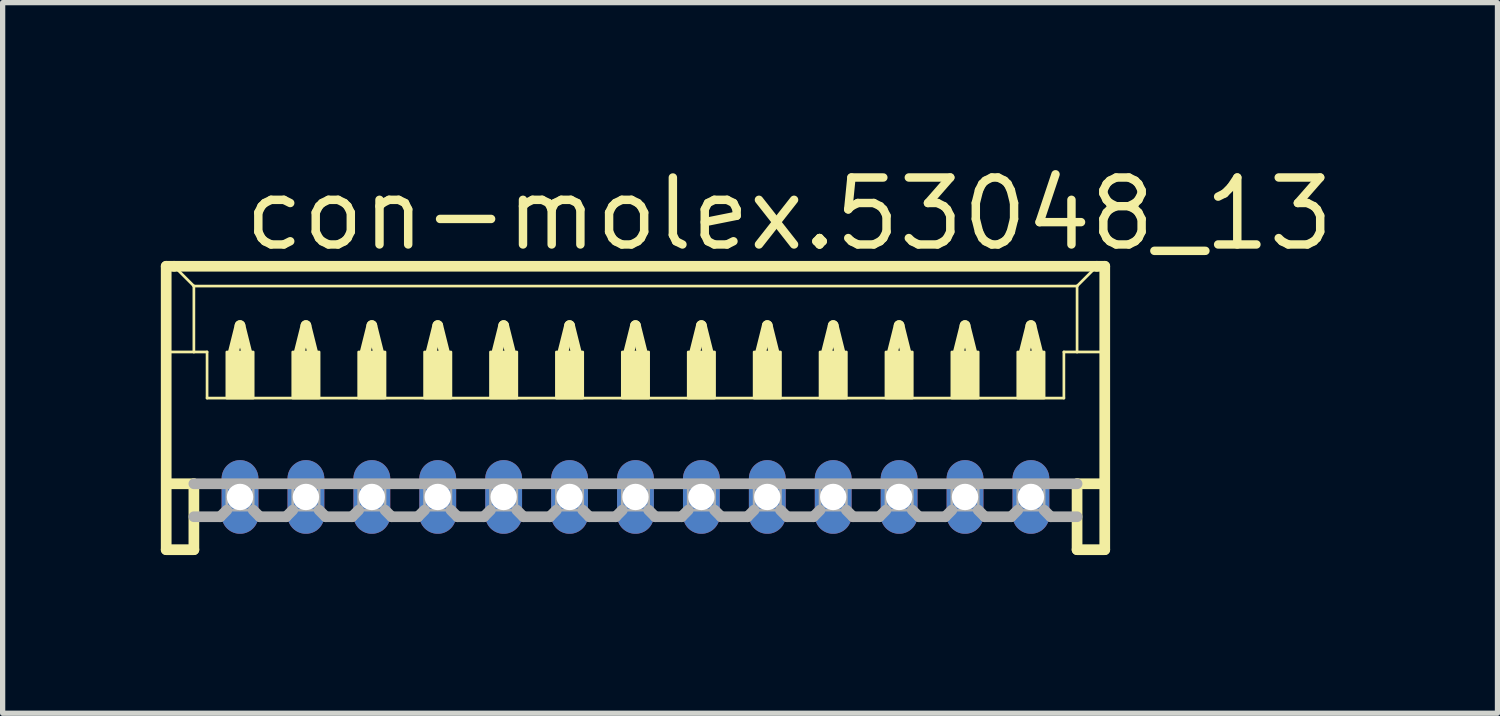
<source format=kicad_pcb>
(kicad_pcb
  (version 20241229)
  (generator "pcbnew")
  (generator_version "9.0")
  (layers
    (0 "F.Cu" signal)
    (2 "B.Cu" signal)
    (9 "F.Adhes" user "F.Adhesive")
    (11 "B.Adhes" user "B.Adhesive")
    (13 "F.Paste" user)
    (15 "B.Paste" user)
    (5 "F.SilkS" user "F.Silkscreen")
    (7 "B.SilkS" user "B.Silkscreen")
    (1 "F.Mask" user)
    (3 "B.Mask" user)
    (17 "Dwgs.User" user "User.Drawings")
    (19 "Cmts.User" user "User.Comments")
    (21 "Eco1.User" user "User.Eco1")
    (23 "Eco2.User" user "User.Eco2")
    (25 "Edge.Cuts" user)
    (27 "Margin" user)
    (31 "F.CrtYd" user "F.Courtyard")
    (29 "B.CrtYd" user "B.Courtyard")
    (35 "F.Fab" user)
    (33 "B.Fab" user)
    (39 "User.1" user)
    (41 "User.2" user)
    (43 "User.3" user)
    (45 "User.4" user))
  (footprint "con-molex.53048_13"
    (layer "F.Cu")
    (at 9.002 5.125)
    (property "Reference" "con-molex.53048_13" (at -7.5 -3.375 0) (layer "F.SilkS") (effects (font (size 1.27 1.27) (thickness 0.16)) (justify left bottom)))
    (attr through_hole)
    (fp_line (start -8.9 -3.125) (end -8.9 2.25) (stroke (width 0.203) (type default)) (layer "F.SilkS"))
    (fp_line (start -8.9 2.25) (end -8.375 2.25) (stroke (width 0.203) (type default)) (layer "F.SilkS"))
    (fp_line (start -8.875 -1.5) (end -8.375 -1.5) (stroke (width 0.051) (type default)) (layer "F.SilkS"))
    (fp_line (start -8.875 1) (end -8.375 1) (stroke (width 0.203) (type default)) (layer "F.SilkS"))
    (fp_line (start -8.75 -3.125) (end -8.9 -3.125) (stroke (width 0.203) (type default)) (layer "F.SilkS"))
    (fp_line (start -8.375 -2.75) (end -8.75 -3.125) (stroke (width 0.051) (type default)) (layer "F.SilkS"))
    (fp_line (start -8.375 -2.75) (end 8.375 -2.75) (stroke (width 0.051) (type default)) (layer "F.SilkS"))
    (fp_line (start -8.375 -1.5) (end -8.375 -2.75) (stroke (width 0.051) (type default)) (layer "F.SilkS"))
    (fp_line (start -8.375 -1.5) (end -8.125 -1.5) (stroke (width 0.051) (type default)) (layer "F.SilkS"))
    (fp_line (start -8.375 1) (end -8.375 2.25) (stroke (width 0.203) (type default)) (layer "F.SilkS"))
    (fp_line (start -8.125 -1.5) (end -8.125 -0.625) (stroke (width 0.051) (type default)) (layer "F.SilkS"))
    (fp_line (start -8.125 -0.625) (end 8.125 -0.625) (stroke (width 0.051) (type default)) (layer "F.SilkS"))
    (fp_line (start -7.625 -1.5) (end -7.5 -2) (stroke (width 0.203) (type default)) (layer "F.SilkS"))
    (fp_line (start -7.5 -2) (end -7.375 -1.5) (stroke (width 0.203) (type default)) (layer "F.SilkS"))
    (fp_line (start -6.375 -1.5) (end -6.25 -2) (stroke (width 0.203) (type default)) (layer "F.SilkS"))
    (fp_line (start -6.25 -2) (end -6.125 -1.5) (stroke (width 0.203) (type default)) (layer "F.SilkS"))
    (fp_line (start -5.125 -1.5) (end -5 -2) (stroke (width 0.203) (type default)) (layer "F.SilkS"))
    (fp_line (start -5 -2) (end -4.875 -1.5) (stroke (width 0.203) (type default)) (layer "F.SilkS"))
    (fp_line (start -3.875 -1.5) (end -3.75 -2) (stroke (width 0.203) (type default)) (layer "F.SilkS"))
    (fp_line (start -3.75 -2) (end -3.625 -1.5) (stroke (width 0.203) (type default)) (layer "F.SilkS"))
    (fp_line (start -2.625 -1.5) (end -2.5 -2) (stroke (width 0.203) (type default)) (layer "F.SilkS"))
    (fp_line (start -2.5 -2) (end -2.375 -1.5) (stroke (width 0.203) (type default)) (layer "F.SilkS"))
    (fp_line (start -1.375 -1.5) (end -1.25 -2) (stroke (width 0.203) (type default)) (layer "F.SilkS"))
    (fp_line (start -1.25 -2) (end -1.125 -1.5) (stroke (width 0.203) (type default)) (layer "F.SilkS"))
    (fp_line (start -0.125 -1.5) (end 0 -2) (stroke (width 0.203) (type default)) (layer "F.SilkS"))
    (fp_line (start 0 -2) (end 0.125 -1.5) (stroke (width 0.203) (type default)) (layer "F.SilkS"))
    (fp_line (start 1.125 -1.5) (end 1.25 -2) (stroke (width 0.203) (type default)) (layer "F.SilkS"))
    (fp_line (start 1.25 -2) (end 1.375 -1.5) (stroke (width 0.203) (type default)) (layer "F.SilkS"))
    (fp_line (start 2.375 -1.5) (end 2.5 -2) (stroke (width 0.203) (type default)) (layer "F.SilkS"))
    (fp_line (start 2.5 -2) (end 2.625 -1.5) (stroke (width 0.203) (type default)) (layer "F.SilkS"))
    (fp_line (start 3.625 -1.5) (end 3.75 -2) (stroke (width 0.203) (type default)) (layer "F.SilkS"))
    (fp_line (start 3.75 -2) (end 3.875 -1.5) (stroke (width 0.203) (type default)) (layer "F.SilkS"))
    (fp_line (start 4.875 -1.5) (end 5 -2) (stroke (width 0.203) (type default)) (layer "F.SilkS"))
    (fp_line (start 5 -2) (end 5.125 -1.5) (stroke (width 0.203) (type default)) (layer "F.SilkS"))
    (fp_line (start 6.125 -1.5) (end 6.25 -2) (stroke (width 0.203) (type default)) (layer "F.SilkS"))
    (fp_line (start 6.25 -2) (end 6.375 -1.5) (stroke (width 0.203) (type default)) (layer "F.SilkS"))
    (fp_line (start 7.375 -1.5) (end 7.5 -2) (stroke (width 0.203) (type default)) (layer "F.SilkS"))
    (fp_line (start 7.5 -2) (end 7.625 -1.5) (stroke (width 0.203) (type default)) (layer "F.SilkS"))
    (fp_line (start 8.125 -1.5) (end 8.125 -0.625) (stroke (width 0.051) (type default)) (layer "F.SilkS"))
    (fp_line (start 8.125 -1.5) (end 8.375 -1.5) (stroke (width 0.051) (type default)) (layer "F.SilkS"))
    (fp_line (start 8.375 -2.75) (end 8.375 -1.5) (stroke (width 0.051) (type default)) (layer "F.SilkS"))
    (fp_line (start 8.375 -2.75) (end 8.75 -3.125) (stroke (width 0.051) (type default)) (layer "F.SilkS"))
    (fp_line (start 8.375 -1.5) (end 8.875 -1.5) (stroke (width 0.051) (type default)) (layer "F.SilkS"))
    (fp_line (start 8.375 1) (end 8.375 2.25) (stroke (width 0.203) (type default)) (layer "F.SilkS"))
    (fp_line (start 8.375 1) (end 8.875 1) (stroke (width 0.203) (type default)) (layer "F.SilkS"))
    (fp_line (start 8.375 2.25) (end 8.9 2.25) (stroke (width 0.203) (type default)) (layer "F.SilkS"))
    (fp_line (start 8.75 -3.125) (end -8.75 -3.125) (stroke (width 0.203) (type default)) (layer "F.SilkS"))
    (fp_line (start 8.9 -3.125) (end 8.75 -3.125) (stroke (width 0.203) (type default)) (layer "F.SilkS"))
    (fp_line (start 8.9 2.25) (end 8.9 -3.125) (stroke (width 0.203) (type default)) (layer "F.SilkS"))
    (fp_rect (start -7.75 -0.625) (end -7.25 -1.5) (stroke (width 0.05) (type default)) (fill yes) (layer "F.SilkS"))
    (fp_rect (start -6.5 -0.625) (end -6 -1.5) (stroke (width 0.05) (type default)) (fill yes) (layer "F.SilkS"))
    (fp_rect (start -5.25 -0.625) (end -4.75 -1.5) (stroke (width 0.05) (type default)) (fill yes) (layer "F.SilkS"))
    (fp_rect (start -4 -0.625) (end -3.5 -1.5) (stroke (width 0.05) (type default)) (fill yes) (layer "F.SilkS"))
    (fp_rect (start -2.75 -0.625) (end -2.25 -1.5) (stroke (width 0.05) (type default)) (fill yes) (layer "F.SilkS"))
    (fp_rect (start -1.5 -0.625) (end -1 -1.5) (stroke (width 0.05) (type default)) (fill yes) (layer "F.SilkS"))
    (fp_rect (start -0.25 -0.625) (end 0.25 -1.5) (stroke (width 0.05) (type default)) (fill yes) (layer "F.SilkS"))
    (fp_rect (start 1 -0.625) (end 1.5 -1.5) (stroke (width 0.05) (type default)) (fill yes) (layer "F.SilkS"))
    (fp_rect (start 2.25 -0.625) (end 2.75 -1.5) (stroke (width 0.05) (type default)) (fill yes) (layer "F.SilkS"))
    (fp_rect (start 3.5 -0.625) (end 4 -1.5) (stroke (width 0.05) (type default)) (fill yes) (layer "F.SilkS"))
    (fp_rect (start 4.75 -0.625) (end 5.25 -1.5) (stroke (width 0.05) (type default)) (fill yes) (layer "F.SilkS"))
    (fp_rect (start 6 -0.625) (end 6.5 -1.5) (stroke (width 0.05) (type default)) (fill yes) (layer "F.SilkS"))
    (fp_rect (start 7.25 -0.625) (end 7.75 -1.5) (stroke (width 0.05) (type default)) (fill yes) (layer "F.SilkS"))
    (fp_line (start -8.375 1) (end 8.375 1) (stroke (width 0.203) (type default)) (layer "F.Fab"))
    (fp_line (start -7.875 1.625) (end -8.375 1.625) (stroke (width 0.203) (type default)) (layer "F.Fab"))
    (fp_line (start -7.75 1.5) (end -7.875 1.625) (stroke (width 0.203) (type default)) (layer "F.Fab"))
    (fp_line (start -7.25 1.5) (end -7.125 1.625) (stroke (width 0.203) (type default)) (layer "F.Fab"))
    (fp_line (start -6.625 1.625) (end -7.125 1.625) (stroke (width 0.203) (type default)) (layer "F.Fab"))
    (fp_line (start -6.5 1.5) (end -6.625 1.625) (stroke (width 0.203) (type default)) (layer "F.Fab"))
    (fp_line (start -6 1.5) (end -5.875 1.625) (stroke (width 0.203) (type default)) (layer "F.Fab"))
    (fp_line (start -5.375 1.625) (end -5.875 1.625) (stroke (width 0.203) (type default)) (layer "F.Fab"))
    (fp_line (start -5.25 1.5) (end -5.375 1.625) (stroke (width 0.203) (type default)) (layer "F.Fab"))
    (fp_line (start -4.75 1.5) (end -4.625 1.625) (stroke (width 0.203) (type default)) (layer "F.Fab"))
    (fp_line (start -4.125 1.625) (end -4.625 1.625) (stroke (width 0.203) (type default)) (layer "F.Fab"))
    (fp_line (start -4 1.5) (end -4.125 1.625) (stroke (width 0.203) (type default)) (layer "F.Fab"))
    (fp_line (start -3.5 1.5) (end -3.375 1.625) (stroke (width 0.203) (type default)) (layer "F.Fab"))
    (fp_line (start -2.875 1.625) (end -3.375 1.625) (stroke (width 0.203) (type default)) (layer "F.Fab"))
    (fp_line (start -2.75 1.5) (end -2.875 1.625) (stroke (width 0.203) (type default)) (layer "F.Fab"))
    (fp_line (start -2.25 1.5) (end -2.125 1.625) (stroke (width 0.203) (type default)) (layer "F.Fab"))
    (fp_line (start -1.625 1.625) (end -2.125 1.625) (stroke (width 0.203) (type default)) (layer "F.Fab"))
    (fp_line (start -1.5 1.5) (end -1.625 1.625) (stroke (width 0.203) (type default)) (layer "F.Fab"))
    (fp_line (start -1 1.5) (end -0.875 1.625) (stroke (width 0.203) (type default)) (layer "F.Fab"))
    (fp_line (start -0.375 1.625) (end -0.875 1.625) (stroke (width 0.203) (type default)) (layer "F.Fab"))
    (fp_line (start -0.25 1.5) (end -0.375 1.625) (stroke (width 0.203) (type default)) (layer "F.Fab"))
    (fp_line (start 0.25 1.5) (end 0.375 1.625) (stroke (width 0.203) (type default)) (layer "F.Fab"))
    (fp_line (start 0.875 1.625) (end 0.375 1.625) (stroke (width 0.203) (type default)) (layer "F.Fab"))
    (fp_line (start 1 1.5) (end 0.875 1.625) (stroke (width 0.203) (type default)) (layer "F.Fab"))
    (fp_line (start 1.5 1.5) (end 1.625 1.625) (stroke (width 0.203) (type default)) (layer "F.Fab"))
    (fp_line (start 2.125 1.625) (end 1.625 1.625) (stroke (width 0.203) (type default)) (layer "F.Fab"))
    (fp_line (start 2.25 1.5) (end 2.125 1.625) (stroke (width 0.203) (type default)) (layer "F.Fab"))
    (fp_line (start 2.75 1.5) (end 2.875 1.625) (stroke (width 0.203) (type default)) (layer "F.Fab"))
    (fp_line (start 3.375 1.625) (end 2.875 1.625) (stroke (width 0.203) (type default)) (layer "F.Fab"))
    (fp_line (start 3.5 1.5) (end 3.375 1.625) (stroke (width 0.203) (type default)) (layer "F.Fab"))
    (fp_line (start 4 1.5) (end 4.125 1.625) (stroke (width 0.203) (type default)) (layer "F.Fab"))
    (fp_line (start 4.625 1.625) (end 4.125 1.625) (stroke (width 0.203) (type default)) (layer "F.Fab"))
    (fp_line (start 4.75 1.5) (end 4.625 1.625) (stroke (width 0.203) (type default)) (layer "F.Fab"))
    (fp_line (start 5.25 1.5) (end 5.375 1.625) (stroke (width 0.203) (type default)) (layer "F.Fab"))
    (fp_line (start 5.875 1.625) (end 5.375 1.625) (stroke (width 0.203) (type default)) (layer "F.Fab"))
    (fp_line (start 6 1.5) (end 5.875 1.625) (stroke (width 0.203) (type default)) (layer "F.Fab"))
    (fp_line (start 6.5 1.5) (end 6.625 1.625) (stroke (width 0.203) (type default)) (layer "F.Fab"))
    (fp_line (start 7.125 1.625) (end 6.625 1.625) (stroke (width 0.203) (type default)) (layer "F.Fab"))
    (fp_line (start 7.25 1.5) (end 7.125 1.625) (stroke (width 0.203) (type default)) (layer "F.Fab"))
    (fp_line (start 7.75 1.5) (end 7.875 1.625) (stroke (width 0.203) (type default)) (layer "F.Fab"))
    (fp_line (start 8.375 1.625) (end 7.875 1.625) (stroke (width 0.203) (type default)) (layer "F.Fab"))
    (fp_rect (start -7.75 1.5) (end -7.25 1) (stroke (width 0.05) (type default)) (fill no) (layer "F.Fab"))
    (fp_rect (start -6.5 1.5) (end -6 1) (stroke (width 0.05) (type default)) (fill no) (layer "F.Fab"))
    (fp_rect (start -5.25 1.5) (end -4.75 1) (stroke (width 0.05) (type default)) (fill no) (layer "F.Fab"))
    (fp_rect (start -4 1.5) (end -3.5 1) (stroke (width 0.05) (type default)) (fill no) (layer "F.Fab"))
    (fp_rect (start -2.75 1.5) (end -2.25 1) (stroke (width 0.05) (type default)) (fill no) (layer "F.Fab"))
    (fp_rect (start -1.5 1.5) (end -1 1) (stroke (width 0.05) (type default)) (fill no) (layer "F.Fab"))
    (fp_rect (start -0.25 1.5) (end 0.25 1) (stroke (width 0.05) (type default)) (fill no) (layer "F.Fab"))
    (fp_rect (start 1 1.5) (end 1.5 1) (stroke (width 0.05) (type default)) (fill no) (layer "F.Fab"))
    (fp_rect (start 2.25 1.5) (end 2.75 1) (stroke (width 0.05) (type default)) (fill no) (layer "F.Fab"))
    (fp_rect (start 3.5 1.5) (end 4 1) (stroke (width 0.05) (type default)) (fill no) (layer "F.Fab"))
    (fp_rect (start 4.75 1.5) (end 5.25 1) (stroke (width 0.05) (type default)) (fill no) (layer "F.Fab"))
    (fp_rect (start 6 1.5) (end 6.5 1) (stroke (width 0.05) (type default)) (fill no) (layer "F.Fab"))
    (fp_rect (start 7.25 1.5) (end 7.75 1) (stroke (width 0.05) (type default)) (fill no) (layer "F.Fab"))
    (pad "1" thru_hole oval (at 7.5 1.25 90) (size 1.397 0.698) (drill 0.5) (layers "*.Cu" "*.Mask"))
    (pad "2" thru_hole oval (at 6.25 1.25 90) (size 1.397 0.698) (drill 0.5) (layers "*.Cu" "*.Mask"))
    (pad "3" thru_hole oval (at 5 1.25 90) (size 1.397 0.698) (drill 0.5) (layers "*.Cu" "*.Mask"))
    (pad "4" thru_hole oval (at 3.75 1.25 90) (size 1.397 0.698) (drill 0.5) (layers "*.Cu" "*.Mask"))
    (pad "5" thru_hole oval (at 2.5 1.25 90) (size 1.397 0.698) (drill 0.5) (layers "*.Cu" "*.Mask"))
    (pad "6" thru_hole oval (at 1.25 1.25 90) (size 1.397 0.698) (drill 0.5) (layers "*.Cu" "*.Mask"))
    (pad "7" thru_hole oval (at 0 1.25 90) (size 1.397 0.698) (drill 0.5) (layers "*.Cu" "*.Mask"))
    (pad "8" thru_hole oval (at -1.25 1.25 90) (size 1.397 0.698) (drill 0.5) (layers "*.Cu" "*.Mask"))
    (pad "9" thru_hole oval (at -2.5 1.25 90) (size 1.397 0.698) (drill 0.5) (layers "*.Cu" "*.Mask"))
    (pad "10" thru_hole oval (at -3.75 1.25 90) (size 1.397 0.698) (drill 0.5) (layers "*.Cu" "*.Mask"))
    (pad "11" thru_hole oval (at -5 1.25 90) (size 1.397 0.698) (drill 0.5) (layers "*.Cu" "*.Mask"))
    (pad "12" thru_hole oval (at -6.25 1.25 90) (size 1.397 0.698) (drill 0.5) (layers "*.Cu" "*.Mask"))
    (pad "13" thru_hole oval (at -7.5 1.25 90) (size 1.397 0.698) (drill 0.5) (layers "*.Cu" "*.Mask")))
  (gr_rect
    (start -3 -3)
    (end 25.35 10.477)
    (stroke (width 0.1) (type default))
    (fill no)
    (layer "Edge.Cuts")))
</source>
